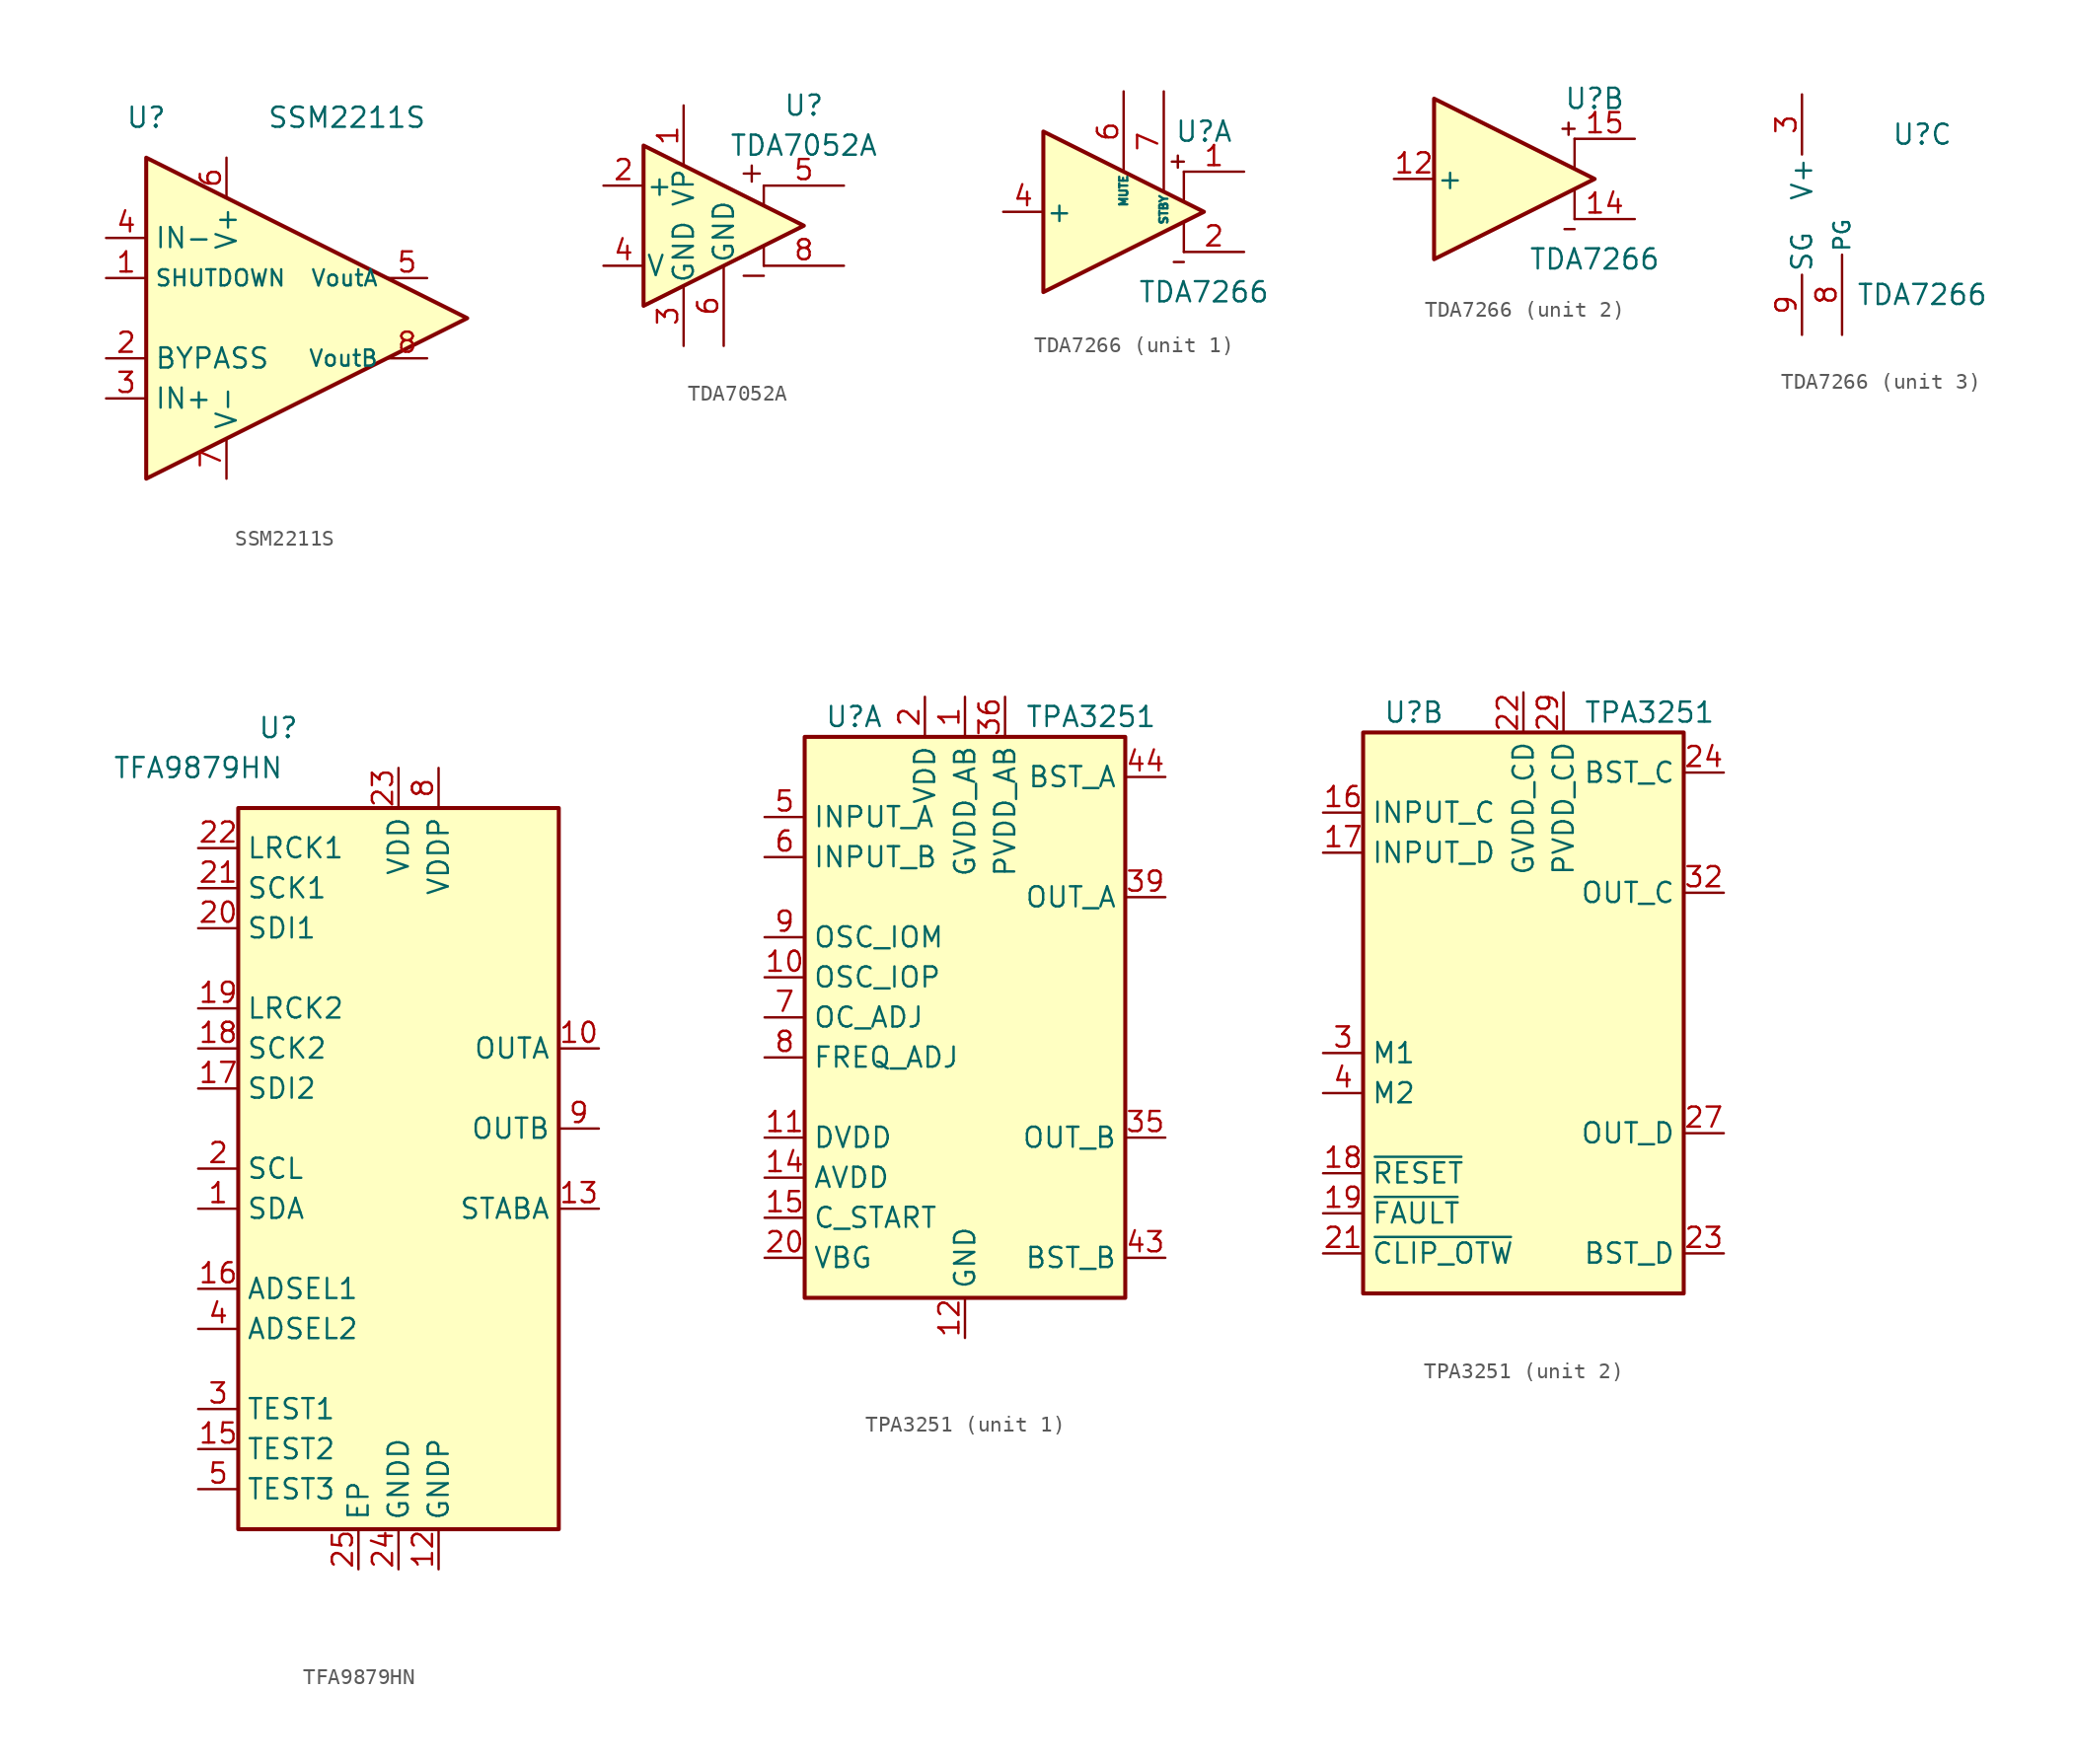
<source format=kicad_sym>
(kicad_symbol_lib
  (version 20201005)
  (generator kicad_symbol_editor)
  (symbol "SSM2211S"
    (property "Reference" "U"
      (at -7.62 12.7 0)
      (effects (font (size 1.27 1.27))))
    (property "Value" "SSM2211S"
      (at 5.08 12.7 0)
      (effects (font (size 1.27 1.27))))
    (symbol "SSM2211S_0_1"
      (polyline (pts (xy -7.62 10.16) (xy -7.62 -10.16) (xy 12.7 0) (xy -7.62 10.16)) (stroke (width 0.254)) (fill (type background))))
    (symbol "SSM2211S_1_1"
      (pin input line (at -10.16 2.54 0) (length 2.54) (name "SHUTDOWN" (effects (font (size 1.016 1.016)))) (number "1" (effects (font (size 1.27 1.27)))))
      (pin passive line (at -10.16 -2.54 0) (length 2.54) (name "BYPASS" (effects (font (size 1.27 1.27)))) (number "2" (effects (font (size 1.27 1.27)))))
      (pin input line (at -10.16 -5.08 0) (length 2.54) (name "IN+" (effects (font (size 1.27 1.27)))) (number "3" (effects (font (size 1.27 1.27)))))
      (pin input line (at -10.16 5.08 0) (length 2.54) (name "IN-" (effects (font (size 1.27 1.27)))) (number "4" (effects (font (size 1.27 1.27)))))
      (pin output line (at 10.16 2.54 180) (length 2.54) (name "VoutA" (effects (font (size 1.016 1.016)))) (number "5" (effects (font (size 1.27 1.27)))))
      (pin power_in line (at -2.54 10.16 270) (length 2.54) (name "V+" (effects (font (size 1.27 1.27)))) (number "6" (effects (font (size 1.27 1.27)))))
      (pin power_in line (at -2.54 -10.16 90) (length 2.54) (name "V-" (effects (font (size 1.27 1.27)))) (number "7" (effects (font (size 1.27 1.27)))))
      (pin output line (at 10.16 -2.54 180) (length 2.54) (name "VoutB" (effects (font (size 1.016 1.016)))) (number "8" (effects (font (size 1.27 1.27)))))))
  (symbol "TDA7052A"
    (pin_names
      (offset 0.127))
    (property "Reference" "U"
      (at 5.08 7.62 0)
      (effects (font (size 1.27 1.27))))
    (property "Value" "TDA7052A"
      (at 5.08 5.08 0)
      (effects (font (size 1.27 1.27))))
    (symbol "TDA7052A_0_1"
      (polyline (pts (xy 1.27 -3.175) (xy 2.54 -3.175)) (stroke (width 0)) (fill (type none)))
      (polyline (pts (xy 2.54 -1.27) (xy 2.54 -2.54)) (stroke (width 0)) (fill (type none)))
      (polyline (pts (xy 2.54 2.54) (xy 2.54 1.27)) (stroke (width 0)) (fill (type none)))
      (polyline (pts (xy 5.08 0) (xy -5.08 5.08) (xy -5.08 -5.08) (xy 5.08 0)) (stroke (width 0.254)) (fill (type background))))
    (symbol "TDA7052A_1_1"
      (polyline (pts (xy 1.778 3.81) (xy 1.778 2.794)) (stroke (width 0)) (fill (type none)))
      (polyline (pts (xy 2.286 3.302) (xy 1.27 3.302)) (stroke (width 0)) (fill (type none)))
      (pin power_in line (at -2.54 7.62 270) (length 3.81) (name "VP" (effects (font (size 1.27 1.27)))) (number "1" (effects (font (size 1.27 1.27)))))
      (pin input line (at -7.62 2.54 0) (length 2.54) (name "+" (effects (font (size 1.27 1.27)))) (number "2" (effects (font (size 1.27 1.27)))))
      (pin power_in line (at -2.54 -7.62 90) (length 3.81) (name "GND" (effects (font (size 1.27 1.27)))) (number "3" (effects (font (size 1.27 1.27)))))
      (pin input line (at -7.62 -2.54 0) (length 2.54) (name "V" (effects (font (size 1.27 1.27)))) (number "4" (effects (font (size 1.27 1.27)))))
      (pin output line (at 7.62 2.54 180) (length 5.08) (name "~" (effects (font (size 1.27 1.27)))) (number "5" (effects (font (size 1.27 1.27)))))
      (pin power_in line (at 0 -7.62 90) (length 5.08) (name "GND" (effects (font (size 1.27 1.27)))) (number "6" (effects (font (size 1.27 1.27)))))
      (pin no_connect line (at 0 2.54 270) (length 2.54) hide (name "NC" (effects (font (size 1.27 1.27)))) (number "7" (effects (font (size 1.27 1.27)))))
      (pin output line (at 7.62 -2.54 180) (length 5.08) (name "~" (effects (font (size 1.27 1.27)))) (number "8" (effects (font (size 1.27 1.27)))))))
  (symbol "TDA7266"
    (pin_names
      (offset 0.127))
    (property "Reference" "U"
      (at 5.08 5.08 0)
      (effects (font (size 1.27 1.27))))
    (property "Value" "TDA7266"
      (at 5.08 -5.08 0)
      (effects (font (size 1.27 1.27))))
    (property "ki_locked" ""
      (at 0 0 0)
      (effects (font (size 1.27 1.27))))
    (symbol "TDA7266_1_1"
      (polyline (pts (xy 3.048 3.175) (xy 3.81 3.175)) (stroke (width 0)) (fill (type none)))
      (polyline (pts (xy 3.175 -3.175) (xy 3.81 -3.175)) (stroke (width 0)) (fill (type none)))
      (polyline (pts (xy 3.429 2.794) (xy 3.429 3.556)) (stroke (width 0)) (fill (type none)))
      (polyline (pts (xy 3.81 -0.635) (xy 3.81 -2.54)) (stroke (width 0)) (fill (type none)))
      (polyline (pts (xy 3.81 2.54) (xy 3.81 0.635)) (stroke (width 0)) (fill (type none)))
      (polyline (pts (xy 5.08 0) (xy -5.08 5.08) (xy -5.08 -5.08) (xy 5.08 0)) (stroke (width 0.254)) (fill (type background)))
      (pin output line (at 7.62 2.54 180) (length 3.81) (name "~" (effects (font (size 1.27 1.27)))) (number "1" (effects (font (size 1.27 1.27)))))
      (pin no_connect line (at 0 2.54 270) (length 2.54) hide (name "NC" (effects (font (size 1.27 1.27)))) (number "10" (effects (font (size 1.27 1.27)))))
      (pin no_connect line (at 2.54 2.54 270) (length 2.54) hide (name "NC" (effects (font (size 1.27 1.27)))) (number "11" (effects (font (size 1.27 1.27)))))
      (pin output line (at 7.62 -2.54 180) (length 3.81) (name "~" (effects (font (size 1.27 1.27)))) (number "2" (effects (font (size 1.27 1.27)))))
      (pin input line (at -7.62 0 0) (length 2.54) (name "+" (effects (font (size 1.27 1.27)))) (number "4" (effects (font (size 1.27 1.27)))))
      (pin no_connect line (at -2.54 2.54 270) (length 2.54) hide (name "NC" (effects (font (size 1.27 1.27)))) (number "5" (effects (font (size 1.27 1.27)))))
      (pin input line (at 0 7.62 270) (length 5.08) (name "MUTE" (effects (font (size 0.508 0.508)))) (number "6" (effects (font (size 1.27 1.27)))))
      (pin input line (at 2.54 7.62 270) (length 6.35) (name "STBY" (effects (font (size 0.508 0.508)))) (number "7" (effects (font (size 1.27 1.27))))))
    (symbol "TDA7266_2_1"
      (polyline (pts (xy 3.048 3.175) (xy 3.81 3.175)) (stroke (width 0)) (fill (type none)))
      (polyline (pts (xy 3.175 -3.175) (xy 3.81 -3.175)) (stroke (width 0)) (fill (type none)))
      (polyline (pts (xy 3.429 2.794) (xy 3.429 3.556)) (stroke (width 0)) (fill (type none)))
      (polyline (pts (xy 3.81 -0.635) (xy 3.81 -2.54)) (stroke (width 0)) (fill (type none)))
      (polyline (pts (xy 3.81 2.54) (xy 3.81 0.635)) (stroke (width 0)) (fill (type none)))
      (polyline (pts (xy 5.08 0) (xy -5.08 5.08) (xy -5.08 -5.08) (xy 5.08 0)) (stroke (width 0.254)) (fill (type background)))
      (pin input line (at -7.62 0 0) (length 2.54) (name "+" (effects (font (size 1.27 1.27)))) (number "12" (effects (font (size 1.27 1.27)))))
      (pin output line (at 7.62 -2.54 180) (length 3.81) (name "~" (effects (font (size 1.27 1.27)))) (number "14" (effects (font (size 1.27 1.27)))))
      (pin output line (at 7.62 2.54 180) (length 3.81) (name "~" (effects (font (size 1.27 1.27)))) (number "15" (effects (font (size 1.27 1.27))))))
    (symbol "TDA7266_3_1"
      (pin passive line (at -2.54 7.62 270) (length 3.81) hide (name "V+" (effects (font (size 1.27 1.27)))) (number "13" (effects (font (size 1.27 1.27)))))
      (pin power_in line (at -2.54 7.62 270) (length 3.81) (name "V+" (effects (font (size 1.27 1.27)))) (number "3" (effects (font (size 1.27 1.27)))))
      (pin power_in line (at 0 -7.62 90) (length 5.08) (name "PG" (effects (font (size 1.016 1.016)))) (number "8" (effects (font (size 1.27 1.27)))))
      (pin power_in line (at -2.54 -7.62 90) (length 3.81) (name "SG" (effects (font (size 1.27 1.27)))) (number "9" (effects (font (size 1.27 1.27)))))))
  (symbol "TFA9879HN"
    (property "Reference" "U"
      (at -7.62 27.94 0)
      (effects (font (size 1.27 1.27))))
    (property "Value" "TFA9879HN"
      (at -12.7 25.4 0)
      (effects (font (size 1.27 1.27))))
    (symbol "TFA9879HN_0_1"
      (polyline (pts (xy -10.16 22.86) (xy 10.16 22.86) (xy 10.16 -22.86) (xy -10.16 -22.86) (xy -10.16 22.86)) (stroke (width 0.254)) (fill (type background))))
    (symbol "TFA9879HN_1_1"
      (pin bidirectional line (at -12.7 -2.54 0) (length 2.54) (name "SDA" (effects (font (size 1.27 1.27)))) (number "1" (effects (font (size 1.27 1.27)))))
      (pin output line (at 12.7 7.62 180) (length 2.54) (name "OUTA" (effects (font (size 1.27 1.27)))) (number "10" (effects (font (size 1.27 1.27)))))
      (pin passive line (at 2.54 -25.4 90) (length 2.54) hide (name "GNDP" (effects (font (size 1.27 1.27)))) (number "11" (effects (font (size 1.27 1.27)))))
      (pin power_in line (at 2.54 -25.4 90) (length 2.54) (name "GNDP" (effects (font (size 1.27 1.27)))) (number "12" (effects (font (size 1.27 1.27)))))
      (pin output line (at 12.7 -2.54 180) (length 2.54) (name "STABA" (effects (font (size 1.27 1.27)))) (number "13" (effects (font (size 1.27 1.27)))))
      (pin no_connect line (at 10.16 -10.16 180) (length 2.54) hide (name "NC" (effects (font (size 1.27 1.27)))) (number "14" (effects (font (size 1.27 1.27)))))
      (pin input line (at -12.7 -17.78 0) (length 2.54) (name "TEST2" (effects (font (size 1.27 1.27)))) (number "15" (effects (font (size 1.27 1.27)))))
      (pin input line (at -12.7 -7.62 0) (length 2.54) (name "ADSEL1" (effects (font (size 1.27 1.27)))) (number "16" (effects (font (size 1.27 1.27)))))
      (pin input line (at -12.7 5.08 0) (length 2.54) (name "SDI2" (effects (font (size 1.27 1.27)))) (number "17" (effects (font (size 1.27 1.27)))))
      (pin input line (at -12.7 7.62 0) (length 2.54) (name "SCK2" (effects (font (size 1.27 1.27)))) (number "18" (effects (font (size 1.27 1.27)))))
      (pin input line (at -12.7 10.16 0) (length 2.54) (name "LRCK2" (effects (font (size 1.27 1.27)))) (number "19" (effects (font (size 1.27 1.27)))))
      (pin input line (at -12.7 0 0) (length 2.54) (name "SCL" (effects (font (size 1.27 1.27)))) (number "2" (effects (font (size 1.27 1.27)))))
      (pin input line (at -12.7 15.24 0) (length 2.54) (name "SDI1" (effects (font (size 1.27 1.27)))) (number "20" (effects (font (size 1.27 1.27)))))
      (pin input line (at -12.7 17.78 0) (length 2.54) (name "SCK1" (effects (font (size 1.27 1.27)))) (number "21" (effects (font (size 1.27 1.27)))))
      (pin input line (at -12.7 20.32 0) (length 2.54) (name "LRCK1" (effects (font (size 1.27 1.27)))) (number "22" (effects (font (size 1.27 1.27)))))
      (pin power_in line (at 0 25.4 270) (length 2.54) (name "VDD" (effects (font (size 1.27 1.27)))) (number "23" (effects (font (size 1.27 1.27)))))
      (pin power_in line (at 0 -25.4 90) (length 2.54) (name "GNDD" (effects (font (size 1.27 1.27)))) (number "24" (effects (font (size 1.27 1.27)))))
      (pin passive line (at -2.54 -25.4 90) (length 2.54) (name "EP" (effects (font (size 1.27 1.27)))) (number "25" (effects (font (size 1.27 1.27)))))
      (pin input line (at -12.7 -15.24 0) (length 2.54) (name "TEST1" (effects (font (size 1.27 1.27)))) (number "3" (effects (font (size 1.27 1.27)))))
      (pin input line (at -12.7 -10.16 0) (length 2.54) (name "ADSEL2" (effects (font (size 1.27 1.27)))) (number "4" (effects (font (size 1.27 1.27)))))
      (pin input line (at -12.7 -20.32 0) (length 2.54) (name "TEST3" (effects (font (size 1.27 1.27)))) (number "5" (effects (font (size 1.27 1.27)))))
      (pin no_connect line (at 10.16 -12.7 180) (length 2.54) hide (name "NC" (effects (font (size 1.27 1.27)))) (number "6" (effects (font (size 1.27 1.27)))))
      (pin passive line (at 2.54 25.4 270) (length 2.54) hide (name "VDDP" (effects (font (size 1.27 1.27)))) (number "7" (effects (font (size 1.27 1.27)))))
      (pin power_in line (at 2.54 25.4 270) (length 2.54) (name "VDDP" (effects (font (size 1.27 1.27)))) (number "8" (effects (font (size 1.27 1.27)))))
      (pin output line (at 12.7 2.54 180) (length 2.54) (name "OUTB" (effects (font (size 1.27 1.27)))) (number "9" (effects (font (size 1.27 1.27)))))))
  (symbol "TPA3251"
    (property "Reference" "U"
      (at -8.89 19.05 0)
      (effects (font (size 1.27 1.27)) (justify left)))
    (property "Value" "TPA3251"
      (at 3.81 19.05 0)
      (effects (font (size 1.27 1.27)) (justify left)))
    (property "ki_locked" ""
      (at 0 0 0)
      (effects (font (size 1.27 1.27))))
    (symbol "TPA3251_0_1"
      (rectangle (start -10.16 -17.78) (end 10.16 17.78) (stroke (width 0.254)) (fill (type background))))
    (symbol "TPA3251_1_1"
      (pin power_in line (at 0 20.32 270) (length 2.54) (name "GVDD_AB" (effects (font (size 1.27 1.27)))) (number "1" (effects (font (size 1.27 1.27)))))
      (pin bidirectional line (at -12.7 2.54 0) (length 2.54) (name "OSC_IOP" (effects (font (size 1.27 1.27)))) (number "10" (effects (font (size 1.27 1.27)))))
      (pin passive line (at -12.7 -7.62 0) (length 2.54) (name "DVDD" (effects (font (size 1.27 1.27)))) (number "11" (effects (font (size 1.27 1.27)))))
      (pin power_in line (at 0 -20.32 90) (length 2.54) (name "GND" (effects (font (size 1.27 1.27)))) (number "12" (effects (font (size 1.27 1.27)))))
      (pin passive line (at 0 -20.32 90) (length 2.54) hide (name "GND" (effects (font (size 1.27 1.27)))) (number "13" (effects (font (size 1.27 1.27)))))
      (pin passive line (at -12.7 -10.16 0) (length 2.54) (name "AVDD" (effects (font (size 1.27 1.27)))) (number "14" (effects (font (size 1.27 1.27)))))
      (pin passive line (at -12.7 -12.7 0) (length 2.54) (name "C_START" (effects (font (size 1.27 1.27)))) (number "15" (effects (font (size 1.27 1.27)))))
      (pin power_in line (at -2.54 20.32 270) (length 2.54) (name "VDD" (effects (font (size 1.27 1.27)))) (number "2" (effects (font (size 1.27 1.27)))))
      (pin passive line (at -12.7 -15.24 0) (length 2.54) (name "VBG" (effects (font (size 1.27 1.27)))) (number "20" (effects (font (size 1.27 1.27)))))
      (pin passive line (at 0 -20.32 90) (length 2.54) hide (name "GND" (effects (font (size 1.27 1.27)))) (number "25" (effects (font (size 1.27 1.27)))))
      (pin passive line (at 0 -20.32 90) (length 2.54) hide (name "GND" (effects (font (size 1.27 1.27)))) (number "26" (effects (font (size 1.27 1.27)))))
      (pin passive line (at 0 -20.32 90) (length 2.54) hide (name "GND" (effects (font (size 1.27 1.27)))) (number "33" (effects (font (size 1.27 1.27)))))
      (pin passive line (at 0 -20.32 90) (length 2.54) hide (name "GND" (effects (font (size 1.27 1.27)))) (number "34" (effects (font (size 1.27 1.27)))))
      (pin output line (at 12.7 -7.62 180) (length 2.54) (name "OUT_B" (effects (font (size 1.27 1.27)))) (number "35" (effects (font (size 1.27 1.27)))))
      (pin power_in line (at 2.54 20.32 270) (length 2.54) (name "PVDD_AB" (effects (font (size 1.27 1.27)))) (number "36" (effects (font (size 1.27 1.27)))))
      (pin passive line (at 2.54 20.32 270) (length 2.54) hide (name "PVDD_AB" (effects (font (size 1.27 1.27)))) (number "37" (effects (font (size 1.27 1.27)))))
      (pin passive line (at 2.54 20.32 270) (length 2.54) hide (name "PVDD_AB" (effects (font (size 1.27 1.27)))) (number "38" (effects (font (size 1.27 1.27)))))
      (pin output line (at 12.7 7.62 180) (length 2.54) (name "OUT_A" (effects (font (size 1.27 1.27)))) (number "39" (effects (font (size 1.27 1.27)))))
      (pin passive line (at 12.7 7.62 180) (length 2.54) hide (name "OUT_A" (effects (font (size 1.27 1.27)))) (number "40" (effects (font (size 1.27 1.27)))))
      (pin passive line (at 0 -20.32 90) (length 2.54) hide (name "GND" (effects (font (size 1.27 1.27)))) (number "41" (effects (font (size 1.27 1.27)))))
      (pin passive line (at 0 -20.32 90) (length 2.54) hide (name "GND" (effects (font (size 1.27 1.27)))) (number "42" (effects (font (size 1.27 1.27)))))
      (pin passive line (at 12.7 -15.24 180) (length 2.54) (name "BST_B" (effects (font (size 1.27 1.27)))) (number "43" (effects (font (size 1.27 1.27)))))
      (pin passive line (at 12.7 15.24 180) (length 2.54) (name "BST_A" (effects (font (size 1.27 1.27)))) (number "44" (effects (font (size 1.27 1.27)))))
      (pin input line (at -12.7 12.7 0) (length 2.54) (name "INPUT_A" (effects (font (size 1.27 1.27)))) (number "5" (effects (font (size 1.27 1.27)))))
      (pin input line (at -12.7 10.16 0) (length 2.54) (name "INPUT_B" (effects (font (size 1.27 1.27)))) (number "6" (effects (font (size 1.27 1.27)))))
      (pin passive line (at -12.7 0 0) (length 2.54) (name "OC_ADJ" (effects (font (size 1.27 1.27)))) (number "7" (effects (font (size 1.27 1.27)))))
      (pin passive line (at -12.7 -2.54 0) (length 2.54) (name "FREQ_ADJ" (effects (font (size 1.27 1.27)))) (number "8" (effects (font (size 1.27 1.27)))))
      (pin bidirectional line (at -12.7 5.08 0) (length 2.54) (name "OSC_IOM" (effects (font (size 1.27 1.27)))) (number "9" (effects (font (size 1.27 1.27))))))
    (symbol "TPA3251_2_1"
      (pin input line (at -12.7 12.7 0) (length 2.54) (name "INPUT_C" (effects (font (size 1.27 1.27)))) (number "16" (effects (font (size 1.27 1.27)))))
      (pin input line (at -12.7 10.16 0) (length 2.54) (name "INPUT_D" (effects (font (size 1.27 1.27)))) (number "17" (effects (font (size 1.27 1.27)))))
      (pin input line (at -12.7 -10.16 0) (length 2.54) (name "~RESET" (effects (font (size 1.27 1.27)))) (number "18" (effects (font (size 1.27 1.27)))))
      (pin open_collector line (at -12.7 -12.7 0) (length 2.54) (name "~FAULT" (effects (font (size 1.27 1.27)))) (number "19" (effects (font (size 1.27 1.27)))))
      (pin open_collector line (at -12.7 -15.24 0) (length 2.54) (name "~CLIP_OTW" (effects (font (size 1.27 1.27)))) (number "21" (effects (font (size 1.27 1.27)))))
      (pin power_in line (at 0 20.32 270) (length 2.54) (name "GVDD_CD" (effects (font (size 1.27 1.27)))) (number "22" (effects (font (size 1.27 1.27)))))
      (pin passive line (at 12.7 -15.24 180) (length 2.54) (name "BST_D" (effects (font (size 1.27 1.27)))) (number "23" (effects (font (size 1.27 1.27)))))
      (pin passive line (at 12.7 15.24 180) (length 2.54) (name "BST_C" (effects (font (size 1.27 1.27)))) (number "24" (effects (font (size 1.27 1.27)))))
      (pin output line (at 12.7 -7.62 180) (length 2.54) (name "OUT_D" (effects (font (size 1.27 1.27)))) (number "27" (effects (font (size 1.27 1.27)))))
      (pin passive line (at 12.7 -7.62 180) (length 2.54) hide (name "OUT_D" (effects (font (size 1.27 1.27)))) (number "28" (effects (font (size 1.27 1.27)))))
      (pin power_in line (at 2.54 20.32 270) (length 2.54) (name "PVDD_CD" (effects (font (size 1.27 1.27)))) (number "29" (effects (font (size 1.27 1.27)))))
      (pin input line (at -12.7 -2.54 0) (length 2.54) (name "M1" (effects (font (size 1.27 1.27)))) (number "3" (effects (font (size 1.27 1.27)))))
      (pin passive line (at 2.54 20.32 270) (length 2.54) hide (name "PVDD_CD" (effects (font (size 1.27 1.27)))) (number "30" (effects (font (size 1.27 1.27)))))
      (pin passive line (at 2.54 20.32 270) (length 2.54) hide (name "PVDD_CD" (effects (font (size 1.27 1.27)))) (number "31" (effects (font (size 1.27 1.27)))))
      (pin output line (at 12.7 7.62 180) (length 2.54) (name "OUT_C" (effects (font (size 1.27 1.27)))) (number "32" (effects (font (size 1.27 1.27)))))
      (pin input line (at -12.7 -5.08 0) (length 2.54) (name "M2" (effects (font (size 1.27 1.27)))) (number "4" (effects (font (size 1.27 1.27))))))))
</source>
